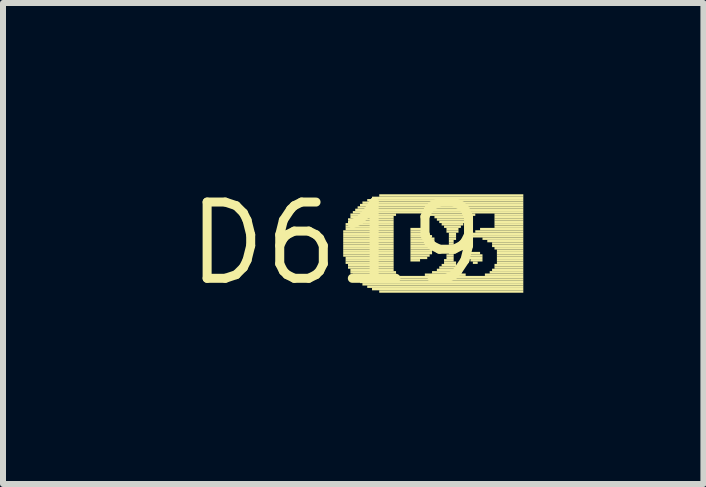
<source format=kicad_pcb>
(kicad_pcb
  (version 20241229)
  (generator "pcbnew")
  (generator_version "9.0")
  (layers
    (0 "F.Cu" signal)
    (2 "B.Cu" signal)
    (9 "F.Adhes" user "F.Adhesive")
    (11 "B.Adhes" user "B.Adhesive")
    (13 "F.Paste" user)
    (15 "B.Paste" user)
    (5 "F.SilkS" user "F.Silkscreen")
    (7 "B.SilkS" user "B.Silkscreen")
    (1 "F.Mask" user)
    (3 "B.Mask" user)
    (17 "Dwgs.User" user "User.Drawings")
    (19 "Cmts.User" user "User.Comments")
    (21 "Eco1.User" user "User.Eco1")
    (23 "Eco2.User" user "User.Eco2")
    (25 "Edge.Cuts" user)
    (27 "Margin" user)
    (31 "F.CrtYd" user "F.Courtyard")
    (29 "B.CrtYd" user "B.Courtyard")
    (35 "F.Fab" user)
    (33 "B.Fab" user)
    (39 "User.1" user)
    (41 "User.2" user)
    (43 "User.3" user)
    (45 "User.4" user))
  (footprint "D619"
    (layer "F.Cu")
    (at 2.547 1.006)
    (property "Reference" "D619" (at 0 0 0) (layer "F.SilkS") (effects (font (size 1.27 1.27) (thickness 0.15))))
    (fp_poly (pts (xy 0.12 -0.18) (xy 0.96 -0.18) (xy 0.96 -0.22) (xy 0.12 -0.22)) (stroke (width 0) (type default)) (fill yes) (layer "F.SilkS"))
    (fp_poly (pts (xy 0.12 -0.14) (xy 0.96 -0.14) (xy 0.96 -0.18) (xy 0.12 -0.18)) (stroke (width 0) (type default)) (fill yes) (layer "F.SilkS"))
    (fp_poly (pts (xy 0.12 -0.1) (xy 0.96 -0.1) (xy 0.96 -0.14) (xy 0.12 -0.14)) (stroke (width 0) (type default)) (fill yes) (layer "F.SilkS"))
    (fp_poly (pts (xy 0.12 -0.06) (xy 0.96 -0.06) (xy 0.96 -0.1) (xy 0.12 -0.1)) (stroke (width 0) (type default)) (fill yes) (layer "F.SilkS"))
    (fp_poly (pts (xy 0.12 -0.02) (xy 0.96 -0.02) (xy 0.96 -0.06) (xy 0.12 -0.06)) (stroke (width 0) (type default)) (fill yes) (layer "F.SilkS"))
    (fp_poly (pts (xy 0.12 0.02) (xy 0.96 0.02) (xy 0.96 -0.02) (xy 0.12 -0.02)) (stroke (width 0) (type default)) (fill yes) (layer "F.SilkS"))
    (fp_poly (pts (xy 0.12 0.06) (xy 0.96 0.06) (xy 0.96 0.02) (xy 0.12 0.02)) (stroke (width 0) (type default)) (fill yes) (layer "F.SilkS"))
    (fp_poly (pts (xy 0.12 0.1) (xy 0.96 0.1) (xy 0.96 0.06) (xy 0.12 0.06)) (stroke (width 0) (type default)) (fill yes) (layer "F.SilkS"))
    (fp_poly (pts (xy 0.12 0.14) (xy 0.96 0.14) (xy 0.96 0.1) (xy 0.12 0.1)) (stroke (width 0) (type default)) (fill yes) (layer "F.SilkS"))
    (fp_poly (pts (xy 0.12 0.18) (xy 0.96 0.18) (xy 0.96 0.14) (xy 0.12 0.14)) (stroke (width 0) (type default)) (fill yes) (layer "F.SilkS"))
    (fp_poly (pts (xy 0.12 0.22) (xy 0.96 0.22) (xy 0.96 0.18) (xy 0.12 0.18)) (stroke (width 0) (type default)) (fill yes) (layer "F.SilkS"))
    (fp_poly (pts (xy 0.16 -0.3) (xy 0.96 -0.3) (xy 0.96 -0.34) (xy 0.16 -0.34)) (stroke (width 0) (type default)) (fill yes) (layer "F.SilkS"))
    (fp_poly (pts (xy 0.16 -0.26) (xy 0.96 -0.26) (xy 0.96 -0.3) (xy 0.16 -0.3)) (stroke (width 0) (type default)) (fill yes) (layer "F.SilkS"))
    (fp_poly (pts (xy 0.16 -0.22) (xy 0.96 -0.22) (xy 0.96 -0.26) (xy 0.16 -0.26)) (stroke (width 0) (type default)) (fill yes) (layer "F.SilkS"))
    (fp_poly (pts (xy 0.16 0.26) (xy 0.96 0.26) (xy 0.96 0.22) (xy 0.16 0.22)) (stroke (width 0) (type default)) (fill yes) (layer "F.SilkS"))
    (fp_poly (pts (xy 0.16 0.3) (xy 0.96 0.3) (xy 0.96 0.26) (xy 0.16 0.26)) (stroke (width 0) (type default)) (fill yes) (layer "F.SilkS"))
    (fp_poly (pts (xy 0.16 0.34) (xy 0.96 0.34) (xy 0.96 0.3) (xy 0.16 0.3)) (stroke (width 0) (type default)) (fill yes) (layer "F.SilkS"))
    (fp_poly (pts (xy 0.2 -0.38) (xy 0.96 -0.38) (xy 0.96 -0.42) (xy 0.2 -0.42)) (stroke (width 0) (type default)) (fill yes) (layer "F.SilkS"))
    (fp_poly (pts (xy 0.2 -0.34) (xy 0.96 -0.34) (xy 0.96 -0.38) (xy 0.2 -0.38)) (stroke (width 0) (type default)) (fill yes) (layer "F.SilkS"))
    (fp_poly (pts (xy 0.2 0.38) (xy 0.96 0.38) (xy 0.96 0.34) (xy 0.2 0.34)) (stroke (width 0) (type default)) (fill yes) (layer "F.SilkS"))
    (fp_poly (pts (xy 0.2 0.42) (xy 0.96 0.42) (xy 0.96 0.38) (xy 0.2 0.38)) (stroke (width 0) (type default)) (fill yes) (layer "F.SilkS"))
    (fp_poly (pts (xy 0.24 -0.46) (xy 1 -0.46) (xy 1 -0.5) (xy 0.24 -0.5)) (stroke (width 0) (type default)) (fill yes) (layer "F.SilkS"))
    (fp_poly (pts (xy 0.24 -0.42) (xy 0.96 -0.42) (xy 0.96 -0.46) (xy 0.24 -0.46)) (stroke (width 0) (type default)) (fill yes) (layer "F.SilkS"))
    (fp_poly (pts (xy 0.24 0.46) (xy 0.96 0.46) (xy 0.96 0.42) (xy 0.24 0.42)) (stroke (width 0) (type default)) (fill yes) (layer "F.SilkS"))
    (fp_poly (pts (xy 0.24 0.5) (xy 1 0.5) (xy 1 0.46) (xy 0.24 0.46)) (stroke (width 0) (type default)) (fill yes) (layer "F.SilkS"))
    (fp_poly (pts (xy 0.28 -0.5) (xy 3.12 -0.5) (xy 3.12 -0.54) (xy 0.28 -0.54)) (stroke (width 0) (type default)) (fill yes) (layer "F.SilkS"))
    (fp_poly (pts (xy 0.28 0.54) (xy 1 0.54) (xy 1 0.5) (xy 0.28 0.5)) (stroke (width 0) (type default)) (fill yes) (layer "F.SilkS"))
    (fp_poly (pts (xy 0.32 -0.54) (xy 3.12 -0.54) (xy 3.12 -0.58) (xy 0.32 -0.58)) (stroke (width 0) (type default)) (fill yes) (layer "F.SilkS"))
    (fp_poly (pts (xy 0.32 0.58) (xy 3.12 0.58) (xy 3.12 0.54) (xy 0.32 0.54)) (stroke (width 0) (type default)) (fill yes) (layer "F.SilkS"))
    (fp_poly (pts (xy 0.36 -0.58) (xy 3.12 -0.58) (xy 3.12 -0.62) (xy 0.36 -0.62)) (stroke (width 0) (type default)) (fill yes) (layer "F.SilkS"))
    (fp_poly (pts (xy 0.36 0.62) (xy 3.12 0.62) (xy 3.12 0.58) (xy 0.36 0.58)) (stroke (width 0) (type default)) (fill yes) (layer "F.SilkS"))
    (fp_poly (pts (xy 0.4 -0.62) (xy 3.12 -0.62) (xy 3.12 -0.66) (xy 0.4 -0.66)) (stroke (width 0) (type default)) (fill yes) (layer "F.SilkS"))
    (fp_poly (pts (xy 0.4 0.66) (xy 3.12 0.66) (xy 3.12 0.62) (xy 0.4 0.62)) (stroke (width 0) (type default)) (fill yes) (layer "F.SilkS"))
    (fp_poly (pts (xy 0.44 -0.66) (xy 3.12 -0.66) (xy 3.12 -0.7) (xy 0.44 -0.7)) (stroke (width 0) (type default)) (fill yes) (layer "F.SilkS"))
    (fp_poly (pts (xy 0.44 0.7) (xy 3.12 0.7) (xy 3.12 0.66) (xy 0.44 0.66)) (stroke (width 0) (type default)) (fill yes) (layer "F.SilkS"))
    (fp_poly (pts (xy 0.52 -0.7) (xy 3.12 -0.7) (xy 3.12 -0.74) (xy 0.52 -0.74)) (stroke (width 0) (type default)) (fill yes) (layer "F.SilkS"))
    (fp_poly (pts (xy 0.52 0.74) (xy 3.12 0.74) (xy 3.12 0.7) (xy 0.52 0.7)) (stroke (width 0) (type default)) (fill yes) (layer "F.SilkS"))
    (fp_poly (pts (xy 0.6 -0.74) (xy 3.12 -0.74) (xy 3.12 -0.78) (xy 0.6 -0.78)) (stroke (width 0) (type default)) (fill yes) (layer "F.SilkS"))
    (fp_poly (pts (xy 0.6 0.78) (xy 3.12 0.78) (xy 3.12 0.74) (xy 0.6 0.74)) (stroke (width 0) (type default)) (fill yes) (layer "F.SilkS"))
    (fp_poly (pts (xy 0.72 -0.78) (xy 3.12 -0.78) (xy 3.12 -0.82) (xy 0.72 -0.82)) (stroke (width 0) (type default)) (fill yes) (layer "F.SilkS"))
    (fp_poly (pts (xy 0.72 0.82) (xy 3.12 0.82) (xy 3.12 0.78) (xy 0.72 0.78)) (stroke (width 0) (type default)) (fill yes) (layer "F.SilkS"))
    (fp_poly (pts (xy 1.24 -0.22) (xy 1.48 -0.22) (xy 1.48 -0.26) (xy 1.24 -0.26)) (stroke (width 0) (type default)) (fill yes) (layer "F.SilkS"))
    (fp_poly (pts (xy 1.24 -0.18) (xy 1.52 -0.18) (xy 1.52 -0.22) (xy 1.24 -0.22)) (stroke (width 0) (type default)) (fill yes) (layer "F.SilkS"))
    (fp_poly (pts (xy 1.24 -0.14) (xy 1.56 -0.14) (xy 1.56 -0.18) (xy 1.24 -0.18)) (stroke (width 0) (type default)) (fill yes) (layer "F.SilkS"))
    (fp_poly (pts (xy 1.24 -0.1) (xy 1.6 -0.1) (xy 1.6 -0.14) (xy 1.24 -0.14)) (stroke (width 0) (type default)) (fill yes) (layer "F.SilkS"))
    (fp_poly (pts (xy 1.24 -0.06) (xy 1.64 -0.06) (xy 1.64 -0.1) (xy 1.24 -0.1)) (stroke (width 0) (type default)) (fill yes) (layer "F.SilkS"))
    (fp_poly (pts (xy 1.24 -0.02) (xy 1.64 -0.02) (xy 1.64 -0.06) (xy 1.24 -0.06)) (stroke (width 0) (type default)) (fill yes) (layer "F.SilkS"))
    (fp_poly (pts (xy 1.24 0.02) (xy 1.64 0.02) (xy 1.64 -0.02) (xy 1.24 -0.02)) (stroke (width 0) (type default)) (fill yes) (layer "F.SilkS"))
    (fp_poly (pts (xy 1.24 0.06) (xy 1.64 0.06) (xy 1.64 0.02) (xy 1.24 0.02)) (stroke (width 0) (type default)) (fill yes) (layer "F.SilkS"))
    (fp_poly (pts (xy 1.24 0.1) (xy 1.64 0.1) (xy 1.64 0.06) (xy 1.24 0.06)) (stroke (width 0) (type default)) (fill yes) (layer "F.SilkS"))
    (fp_poly (pts (xy 1.24 0.14) (xy 1.6 0.14) (xy 1.6 0.1) (xy 1.24 0.1)) (stroke (width 0) (type default)) (fill yes) (layer "F.SilkS"))
    (fp_poly (pts (xy 1.24 0.18) (xy 1.6 0.18) (xy 1.6 0.14) (xy 1.24 0.14)) (stroke (width 0) (type default)) (fill yes) (layer "F.SilkS"))
    (fp_poly (pts (xy 1.24 0.22) (xy 1.56 0.22) (xy 1.56 0.18) (xy 1.24 0.18)) (stroke (width 0) (type default)) (fill yes) (layer "F.SilkS"))
    (fp_poly (pts (xy 1.24 0.26) (xy 1.52 0.26) (xy 1.52 0.22) (xy 1.24 0.22)) (stroke (width 0) (type default)) (fill yes) (layer "F.SilkS"))
    (fp_poly (pts (xy 1.24 0.3) (xy 1.4 0.3) (xy 1.4 0.26) (xy 1.24 0.26)) (stroke (width 0) (type default)) (fill yes) (layer "F.SilkS"))
    (fp_poly (pts (xy 1.48 0.54) (xy 2.16 0.54) (xy 2.16 0.5) (xy 1.48 0.5)) (stroke (width 0) (type default)) (fill yes) (layer "F.SilkS"))
    (fp_poly (pts (xy 1.56 -0.46) (xy 2.32 -0.46) (xy 2.32 -0.5) (xy 1.56 -0.5)) (stroke (width 0) (type default)) (fill yes) (layer "F.SilkS"))
    (fp_poly (pts (xy 1.6 0.5) (xy 2.08 0.5) (xy 2.08 0.46) (xy 1.6 0.46)) (stroke (width 0) (type default)) (fill yes) (layer "F.SilkS"))
    (fp_poly (pts (xy 1.64 -0.42) (xy 2.24 -0.42) (xy 2.24 -0.46) (xy 1.64 -0.46)) (stroke (width 0) (type default)) (fill yes) (layer "F.SilkS"))
    (fp_poly (pts (xy 1.68 -0.38) (xy 2.2 -0.38) (xy 2.2 -0.42) (xy 1.68 -0.42)) (stroke (width 0) (type default)) (fill yes) (layer "F.SilkS"))
    (fp_poly (pts (xy 1.68 0.46) (xy 2.04 0.46) (xy 2.04 0.42) (xy 1.68 0.42)) (stroke (width 0) (type default)) (fill yes) (layer "F.SilkS"))
    (fp_poly (pts (xy 1.72 -0.34) (xy 2.16 -0.34) (xy 2.16 -0.38) (xy 1.72 -0.38)) (stroke (width 0) (type default)) (fill yes) (layer "F.SilkS"))
    (fp_poly (pts (xy 1.72 0.42) (xy 2.04 0.42) (xy 2.04 0.38) (xy 1.72 0.38)) (stroke (width 0) (type default)) (fill yes) (layer "F.SilkS"))
    (fp_poly (pts (xy 1.76 -0.3) (xy 2.12 -0.3) (xy 2.12 -0.34) (xy 1.76 -0.34)) (stroke (width 0) (type default)) (fill yes) (layer "F.SilkS"))
    (fp_poly (pts (xy 1.76 0.38) (xy 2 0.38) (xy 2 0.34) (xy 1.76 0.34)) (stroke (width 0) (type default)) (fill yes) (layer "F.SilkS"))
    (fp_poly (pts (xy 1.8 -0.26) (xy 2.08 -0.26) (xy 2.08 -0.3) (xy 1.8 -0.3)) (stroke (width 0) (type default)) (fill yes) (layer "F.SilkS"))
    (fp_poly (pts (xy 1.8 0.3) (xy 1.96 0.3) (xy 1.96 0.26) (xy 1.8 0.26)) (stroke (width 0) (type default)) (fill yes) (layer "F.SilkS"))
    (fp_poly (pts (xy 1.8 0.34) (xy 2 0.34) (xy 2 0.3) (xy 1.8 0.3)) (stroke (width 0) (type default)) (fill yes) (layer "F.SilkS"))
    (fp_poly (pts (xy 1.84 -0.22) (xy 2.04 -0.22) (xy 2.04 -0.26) (xy 1.84 -0.26)) (stroke (width 0) (type default)) (fill yes) (layer "F.SilkS"))
    (fp_poly (pts (xy 1.84 -0.18) (xy 2.04 -0.18) (xy 2.04 -0.22) (xy 1.84 -0.22)) (stroke (width 0) (type default)) (fill yes) (layer "F.SilkS"))
    (fp_poly (pts (xy 1.84 0.22) (xy 1.96 0.22) (xy 1.96 0.18) (xy 1.84 0.18)) (stroke (width 0) (type default)) (fill yes) (layer "F.SilkS"))
    (fp_poly (pts (xy 1.84 0.26) (xy 1.96 0.26) (xy 1.96 0.22) (xy 1.84 0.22)) (stroke (width 0) (type default)) (fill yes) (layer "F.SilkS"))
    (fp_poly (pts (xy 1.88 -0.14) (xy 2 -0.14) (xy 2 -0.18) (xy 1.88 -0.18)) (stroke (width 0) (type default)) (fill yes) (layer "F.SilkS"))
    (fp_poly (pts (xy 1.88 -0.1) (xy 2 -0.1) (xy 2 -0.14) (xy 1.88 -0.14)) (stroke (width 0) (type default)) (fill yes) (layer "F.SilkS"))
    (fp_poly (pts (xy 1.88 -0.06) (xy 2 -0.06) (xy 2 -0.1) (xy 1.88 -0.1)) (stroke (width 0) (type default)) (fill yes) (layer "F.SilkS"))
    (fp_poly (pts (xy 1.88 -0.02) (xy 1.96 -0.02) (xy 1.96 -0.06) (xy 1.88 -0.06)) (stroke (width 0) (type default)) (fill yes) (layer "F.SilkS"))
    (fp_poly (pts (xy 1.88 0.02) (xy 1.96 0.02) (xy 1.96 -0.02) (xy 1.88 -0.02)) (stroke (width 0) (type default)) (fill yes) (layer "F.SilkS"))
    (fp_poly (pts (xy 1.88 0.06) (xy 1.96 0.06) (xy 1.96 0.02) (xy 1.88 0.02)) (stroke (width 0) (type default)) (fill yes) (layer "F.SilkS"))
    (fp_poly (pts (xy 1.88 0.1) (xy 1.96 0.1) (xy 1.96 0.06) (xy 1.88 0.06)) (stroke (width 0) (type default)) (fill yes) (layer "F.SilkS"))
    (fp_poly (pts (xy 1.88 0.14) (xy 1.96 0.14) (xy 1.96 0.1) (xy 1.88 0.1)) (stroke (width 0) (type default)) (fill yes) (layer "F.SilkS"))
    (fp_poly (pts (xy 1.88 0.18) (xy 1.96 0.18) (xy 1.96 0.14) (xy 1.88 0.14)) (stroke (width 0) (type default)) (fill yes) (layer "F.SilkS"))
    (fp_poly (pts (xy 2.2 0.22) (xy 2.44 0.22) (xy 2.44 0.18) (xy 2.2 0.18)) (stroke (width 0) (type default)) (fill yes) (layer "F.SilkS"))
    (fp_poly (pts (xy 2.2 0.26) (xy 2.44 0.26) (xy 2.44 0.22) (xy 2.2 0.22)) (stroke (width 0) (type default)) (fill yes) (layer "F.SilkS"))
    (fp_poly (pts (xy 2.24 -0.1) (xy 3.12 -0.1) (xy 3.12 -0.14) (xy 2.24 -0.14)) (stroke (width 0) (type default)) (fill yes) (layer "F.SilkS"))
    (fp_poly (pts (xy 2.24 -0.06) (xy 2.28 -0.06) (xy 2.28 -0.1) (xy 2.24 -0.1)) (stroke (width 0) (type default)) (fill yes) (layer "F.SilkS"))
    (fp_poly (pts (xy 2.24 0.18) (xy 2.4 0.18) (xy 2.4 0.14) (xy 2.24 0.14)) (stroke (width 0) (type default)) (fill yes) (layer "F.SilkS"))
    (fp_poly (pts (xy 2.24 0.3) (xy 2.44 0.3) (xy 2.44 0.26) (xy 2.24 0.26)) (stroke (width 0) (type default)) (fill yes) (layer "F.SilkS"))
    (fp_poly (pts (xy 2.28 -0.14) (xy 3.12 -0.14) (xy 3.12 -0.18) (xy 2.28 -0.18)) (stroke (width 0) (type default)) (fill yes) (layer "F.SilkS"))
    (fp_poly (pts (xy 2.28 0.34) (xy 2.36 0.34) (xy 2.36 0.3) (xy 2.28 0.3)) (stroke (width 0) (type default)) (fill yes) (layer "F.SilkS"))
    (fp_poly (pts (xy 2.32 -0.18) (xy 3.12 -0.18) (xy 3.12 -0.22) (xy 2.32 -0.22)) (stroke (width 0) (type default)) (fill yes) (layer "F.SilkS"))
    (fp_poly (pts (xy 2.4 -0.22) (xy 3.12 -0.22) (xy 3.12 -0.26) (xy 2.4 -0.26)) (stroke (width 0) (type default)) (fill yes) (layer "F.SilkS"))
    (fp_poly (pts (xy 2.44 -0.06) (xy 3.12 -0.06) (xy 3.12 -0.1) (xy 2.44 -0.1)) (stroke (width 0) (type default)) (fill yes) (layer "F.SilkS"))
    (fp_poly (pts (xy 2.48 0.54) (xy 3.12 0.54) (xy 3.12 0.5) (xy 2.48 0.5)) (stroke (width 0) (type default)) (fill yes) (layer "F.SilkS"))
    (fp_poly (pts (xy 2.52 -0.02) (xy 3.12 -0.02) (xy 3.12 -0.06) (xy 2.52 -0.06)) (stroke (width 0) (type default)) (fill yes) (layer "F.SilkS"))
    (fp_poly (pts (xy 2.56 0.5) (xy 3.12 0.5) (xy 3.12 0.46) (xy 2.56 0.46)) (stroke (width 0) (type default)) (fill yes) (layer "F.SilkS"))
    (fp_poly (pts (xy 2.6 0.02) (xy 3.12 0.02) (xy 3.12 -0.02) (xy 2.6 -0.02)) (stroke (width 0) (type default)) (fill yes) (layer "F.SilkS"))
    (fp_poly (pts (xy 2.6 0.06) (xy 3.12 0.06) (xy 3.12 0.02) (xy 2.6 0.02)) (stroke (width 0) (type default)) (fill yes) (layer "F.SilkS"))
    (fp_poly (pts (xy 2.6 0.46) (xy 3.12 0.46) (xy 3.12 0.42) (xy 2.6 0.42)) (stroke (width 0) (type default)) (fill yes) (layer "F.SilkS"))
    (fp_poly (pts (xy 2.64 -0.46) (xy 3.12 -0.46) (xy 3.12 -0.5) (xy 2.64 -0.5)) (stroke (width 0) (type default)) (fill yes) (layer "F.SilkS"))
    (fp_poly (pts (xy 2.64 -0.42) (xy 3.12 -0.42) (xy 3.12 -0.46) (xy 2.64 -0.46)) (stroke (width 0) (type default)) (fill yes) (layer "F.SilkS"))
    (fp_poly (pts (xy 2.64 -0.38) (xy 3.12 -0.38) (xy 3.12 -0.42) (xy 2.64 -0.42)) (stroke (width 0) (type default)) (fill yes) (layer "F.SilkS"))
    (fp_poly (pts (xy 2.64 -0.34) (xy 3.12 -0.34) (xy 3.12 -0.38) (xy 2.64 -0.38)) (stroke (width 0) (type default)) (fill yes) (layer "F.SilkS"))
    (fp_poly (pts (xy 2.64 -0.3) (xy 3.12 -0.3) (xy 3.12 -0.34) (xy 2.64 -0.34)) (stroke (width 0) (type default)) (fill yes) (layer "F.SilkS"))
    (fp_poly (pts (xy 2.64 -0.26) (xy 3.12 -0.26) (xy 3.12 -0.3) (xy 2.64 -0.3)) (stroke (width 0) (type default)) (fill yes) (layer "F.SilkS"))
    (fp_poly (pts (xy 2.64 0.1) (xy 3.12 0.1) (xy 3.12 0.06) (xy 2.64 0.06)) (stroke (width 0) (type default)) (fill yes) (layer "F.SilkS"))
    (fp_poly (pts (xy 2.64 0.38) (xy 3.12 0.38) (xy 3.12 0.34) (xy 2.64 0.34)) (stroke (width 0) (type default)) (fill yes) (layer "F.SilkS"))
    (fp_poly (pts (xy 2.64 0.42) (xy 3.12 0.42) (xy 3.12 0.38) (xy 2.64 0.38)) (stroke (width 0) (type default)) (fill yes) (layer "F.SilkS"))
    (fp_poly (pts (xy 2.68 0.14) (xy 3.12 0.14) (xy 3.12 0.1) (xy 2.68 0.1)) (stroke (width 0) (type default)) (fill yes) (layer "F.SilkS"))
    (fp_poly (pts (xy 2.68 0.18) (xy 3.12 0.18) (xy 3.12 0.14) (xy 2.68 0.14)) (stroke (width 0) (type default)) (fill yes) (layer "F.SilkS"))
    (fp_poly (pts (xy 2.68 0.22) (xy 3.12 0.22) (xy 3.12 0.18) (xy 2.68 0.18)) (stroke (width 0) (type default)) (fill yes) (layer "F.SilkS"))
    (fp_poly (pts (xy 2.68 0.26) (xy 3.12 0.26) (xy 3.12 0.22) (xy 2.68 0.22)) (stroke (width 0) (type default)) (fill yes) (layer "F.SilkS"))
    (fp_poly (pts (xy 2.68 0.3) (xy 3.12 0.3) (xy 3.12 0.26) (xy 2.68 0.26)) (stroke (width 0) (type default)) (fill yes) (layer "F.SilkS"))
    (fp_poly (pts (xy 2.68 0.34) (xy 3.12 0.34) (xy 3.12 0.3) (xy 2.68 0.3)) (stroke (width 0) (type default)) (fill yes) (layer "F.SilkS")))
  (gr_rect
    (start -3 -3)
    (end 8.667 5.012)
    (stroke (width 0.1) (type default))
    (fill no)
    (layer "Edge.Cuts")))
</source>
